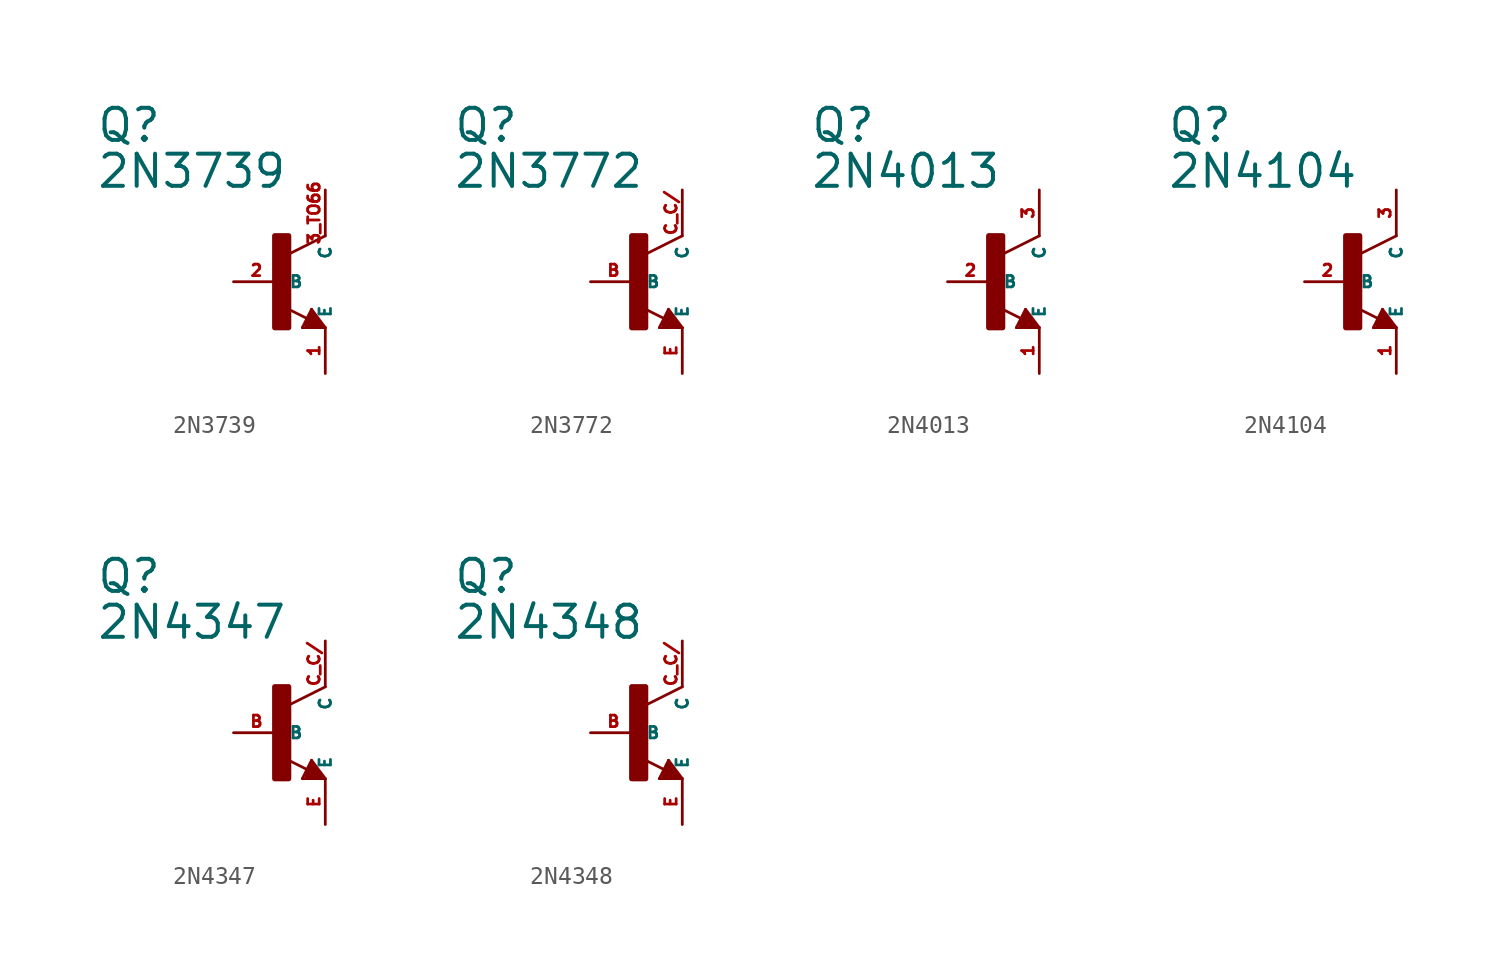
<source format=kicad_sym>
(kicad_symbol_lib
  (version 20220914)
  (generator Eagle2Kicad)
  (symbol "2N3739"
    (property "Reference" "Q"
      (at -10.16 7.62 0)
      (effects (font (size 1.778 1.778) (thickness 0.22)) (justify left bottom)))
    (property "Value" "2N3739"
      (at -10.16 5.08 0)
      (effects (font (size 1.778 1.778) (thickness 0.22)) (justify left bottom)))
    (polyline
      (pts (xy 2.54 2.54) (xy 0.508 1.524))
      (stroke (width 0.152) (type default))
      (fill (type none)))
    (polyline
      (pts (xy 1.778 -1.524) (xy 2.54 -2.54))
      (stroke (width 0.152) (type default))
      (fill (type none)))
    (polyline
      (pts (xy 2.54 -2.54) (xy 1.27 -2.54))
      (stroke (width 0.152) (type default))
      (fill (type none)))
    (polyline
      (pts (xy 1.27 -2.54) (xy 1.778 -1.524))
      (stroke (width 0.152) (type default))
      (fill (type none)))
    (polyline
      (pts (xy 1.54 -2.04) (xy 0.308 -1.424))
      (stroke (width 0.152) (type default))
      (fill (type none)))
    (polyline
      (pts (xy 1.524 -2.413) (xy 2.286 -2.413))
      (stroke (width 0.254) (type default))
      (fill (type none)))
    (polyline
      (pts (xy 2.286 -2.413) (xy 1.778 -1.778))
      (stroke (width 0.254) (type default))
      (fill (type none)))
    (polyline
      (pts (xy 1.778 -1.778) (xy 1.524 -2.286))
      (stroke (width 0.254) (type default))
      (fill (type none)))
    (polyline
      (pts (xy 1.524 -2.286) (xy 1.905 -2.286))
      (stroke (width 0.254) (type default))
      (fill (type none)))
    (polyline
      (pts (xy 1.905 -2.286) (xy 1.778 -2.032))
      (stroke (width 0.254) (type default))
      (fill (type none)))
    (rectangle
      (start -0.254 -2.54)
      (end 0.508 2.54)
      (stroke (width 0.3) (type default))
      (fill (type outline)))
    (pin passive line
      (at -2.54 0 0)
      (length 2.54)
      (name "B" (effects (font (size 0.635 0.635) (thickness 0.08)) (justify left bottom)))
      (number "2" (effects (font (size 0.635 0.635) (thickness 0.08)) (justify left bottom))))
    (pin passive line
      (at 2.54 -5.08 90)
      (length 2.54)
      (name "E" (effects (font (size 0.635 0.635) (thickness 0.08)) (justify left bottom)))
      (number "1" (effects (font (size 0.635 0.635) (thickness 0.08)) (justify left bottom))))
    (pin passive line
      (at 2.54 5.08 270)
      (length 2.54)
      (name "C" (effects (font (size 0.635 0.635) (thickness 0.08)) (justify left bottom)))
      (number "3 TO66" (effects (font (size 0.635 0.635) (thickness 0.08)) (justify left bottom)))))
  (symbol "2N3772"
    (property "Reference" "Q"
      (at -10.16 7.62 0)
      (effects (font (size 1.778 1.778) (thickness 0.22)) (justify left bottom)))
    (property "Value" "2N3772"
      (at -10.16 5.08 0)
      (effects (font (size 1.778 1.778) (thickness 0.22)) (justify left bottom)))
    (polyline
      (pts (xy 2.54 2.54) (xy 0.508 1.524))
      (stroke (width 0.152) (type default))
      (fill (type none)))
    (polyline
      (pts (xy 1.778 -1.524) (xy 2.54 -2.54))
      (stroke (width 0.152) (type default))
      (fill (type none)))
    (polyline
      (pts (xy 2.54 -2.54) (xy 1.27 -2.54))
      (stroke (width 0.152) (type default))
      (fill (type none)))
    (polyline
      (pts (xy 1.27 -2.54) (xy 1.778 -1.524))
      (stroke (width 0.152) (type default))
      (fill (type none)))
    (polyline
      (pts (xy 1.54 -2.04) (xy 0.308 -1.424))
      (stroke (width 0.152) (type default))
      (fill (type none)))
    (polyline
      (pts (xy 1.524 -2.413) (xy 2.286 -2.413))
      (stroke (width 0.254) (type default))
      (fill (type none)))
    (polyline
      (pts (xy 2.286 -2.413) (xy 1.778 -1.778))
      (stroke (width 0.254) (type default))
      (fill (type none)))
    (polyline
      (pts (xy 1.778 -1.778) (xy 1.524 -2.286))
      (stroke (width 0.254) (type default))
      (fill (type none)))
    (polyline
      (pts (xy 1.524 -2.286) (xy 1.905 -2.286))
      (stroke (width 0.254) (type default))
      (fill (type none)))
    (polyline
      (pts (xy 1.905 -2.286) (xy 1.778 -2.032))
      (stroke (width 0.254) (type default))
      (fill (type none)))
    (rectangle
      (start -0.254 -2.54)
      (end 0.508 2.54)
      (stroke (width 0.3) (type default))
      (fill (type outline)))
    (pin passive line
      (at -2.54 0 0)
      (length 2.54)
      (name "B" (effects (font (size 0.635 0.635) (thickness 0.08)) (justify left bottom)))
      (number "B" (effects (font (size 0.635 0.635) (thickness 0.08)) (justify left bottom))))
    (pin passive line
      (at 2.54 -5.08 90)
      (length 2.54)
      (name "E" (effects (font (size 0.635 0.635) (thickness 0.08)) (justify left bottom)))
      (number "E" (effects (font (size 0.635 0.635) (thickness 0.08)) (justify left bottom))))
    (pin passive line
      (at 2.54 5.08 270)
      (length 2.54)
      (name "C" (effects (font (size 0.635 0.635) (thickness 0.08)) (justify left bottom)))
      (number "C C/" (effects (font (size 0.635 0.635) (thickness 0.08)) (justify left bottom)))))
  (symbol "2N4013"
    (property "Reference" "Q"
      (at -10.16 7.62 0)
      (effects (font (size 1.778 1.778) (thickness 0.22)) (justify left bottom)))
    (property "Value" "2N4013"
      (at -10.16 5.08 0)
      (effects (font (size 1.778 1.778) (thickness 0.22)) (justify left bottom)))
    (polyline
      (pts (xy 2.54 2.54) (xy 0.508 1.524))
      (stroke (width 0.152) (type default))
      (fill (type none)))
    (polyline
      (pts (xy 1.778 -1.524) (xy 2.54 -2.54))
      (stroke (width 0.152) (type default))
      (fill (type none)))
    (polyline
      (pts (xy 2.54 -2.54) (xy 1.27 -2.54))
      (stroke (width 0.152) (type default))
      (fill (type none)))
    (polyline
      (pts (xy 1.27 -2.54) (xy 1.778 -1.524))
      (stroke (width 0.152) (type default))
      (fill (type none)))
    (polyline
      (pts (xy 1.54 -2.04) (xy 0.308 -1.424))
      (stroke (width 0.152) (type default))
      (fill (type none)))
    (polyline
      (pts (xy 1.524 -2.413) (xy 2.286 -2.413))
      (stroke (width 0.254) (type default))
      (fill (type none)))
    (polyline
      (pts (xy 2.286 -2.413) (xy 1.778 -1.778))
      (stroke (width 0.254) (type default))
      (fill (type none)))
    (polyline
      (pts (xy 1.778 -1.778) (xy 1.524 -2.286))
      (stroke (width 0.254) (type default))
      (fill (type none)))
    (polyline
      (pts (xy 1.524 -2.286) (xy 1.905 -2.286))
      (stroke (width 0.254) (type default))
      (fill (type none)))
    (polyline
      (pts (xy 1.905 -2.286) (xy 1.778 -2.032))
      (stroke (width 0.254) (type default))
      (fill (type none)))
    (rectangle
      (start -0.254 -2.54)
      (end 0.508 2.54)
      (stroke (width 0.3) (type default))
      (fill (type outline)))
    (pin passive line
      (at -2.54 0 0)
      (length 2.54)
      (name "B" (effects (font (size 0.635 0.635) (thickness 0.08)) (justify left bottom)))
      (number "2" (effects (font (size 0.635 0.635) (thickness 0.08)) (justify left bottom))))
    (pin passive line
      (at 2.54 -5.08 90)
      (length 2.54)
      (name "E" (effects (font (size 0.635 0.635) (thickness 0.08)) (justify left bottom)))
      (number "1" (effects (font (size 0.635 0.635) (thickness 0.08)) (justify left bottom))))
    (pin passive line
      (at 2.54 5.08 270)
      (length 2.54)
      (name "C" (effects (font (size 0.635 0.635) (thickness 0.08)) (justify left bottom)))
      (number "3" (effects (font (size 0.635 0.635) (thickness 0.08)) (justify left bottom)))))
  (symbol "2N4104"
    (property "Reference" "Q"
      (at -10.16 7.62 0)
      (effects (font (size 1.778 1.778) (thickness 0.22)) (justify left bottom)))
    (property "Value" "2N4104"
      (at -10.16 5.08 0)
      (effects (font (size 1.778 1.778) (thickness 0.22)) (justify left bottom)))
    (polyline
      (pts (xy 2.54 2.54) (xy 0.508 1.524))
      (stroke (width 0.152) (type default))
      (fill (type none)))
    (polyline
      (pts (xy 1.778 -1.524) (xy 2.54 -2.54))
      (stroke (width 0.152) (type default))
      (fill (type none)))
    (polyline
      (pts (xy 2.54 -2.54) (xy 1.27 -2.54))
      (stroke (width 0.152) (type default))
      (fill (type none)))
    (polyline
      (pts (xy 1.27 -2.54) (xy 1.778 -1.524))
      (stroke (width 0.152) (type default))
      (fill (type none)))
    (polyline
      (pts (xy 1.54 -2.04) (xy 0.308 -1.424))
      (stroke (width 0.152) (type default))
      (fill (type none)))
    (polyline
      (pts (xy 1.524 -2.413) (xy 2.286 -2.413))
      (stroke (width 0.254) (type default))
      (fill (type none)))
    (polyline
      (pts (xy 2.286 -2.413) (xy 1.778 -1.778))
      (stroke (width 0.254) (type default))
      (fill (type none)))
    (polyline
      (pts (xy 1.778 -1.778) (xy 1.524 -2.286))
      (stroke (width 0.254) (type default))
      (fill (type none)))
    (polyline
      (pts (xy 1.524 -2.286) (xy 1.905 -2.286))
      (stroke (width 0.254) (type default))
      (fill (type none)))
    (polyline
      (pts (xy 1.905 -2.286) (xy 1.778 -2.032))
      (stroke (width 0.254) (type default))
      (fill (type none)))
    (rectangle
      (start -0.254 -2.54)
      (end 0.508 2.54)
      (stroke (width 0.3) (type default))
      (fill (type outline)))
    (pin passive line
      (at -2.54 0 0)
      (length 2.54)
      (name "B" (effects (font (size 0.635 0.635) (thickness 0.08)) (justify left bottom)))
      (number "2" (effects (font (size 0.635 0.635) (thickness 0.08)) (justify left bottom))))
    (pin passive line
      (at 2.54 -5.08 90)
      (length 2.54)
      (name "E" (effects (font (size 0.635 0.635) (thickness 0.08)) (justify left bottom)))
      (number "1" (effects (font (size 0.635 0.635) (thickness 0.08)) (justify left bottom))))
    (pin passive line
      (at 2.54 5.08 270)
      (length 2.54)
      (name "C" (effects (font (size 0.635 0.635) (thickness 0.08)) (justify left bottom)))
      (number "3" (effects (font (size 0.635 0.635) (thickness 0.08)) (justify left bottom)))))
  (symbol "2N4347"
    (property "Reference" "Q"
      (at -10.16 7.62 0)
      (effects (font (size 1.778 1.778) (thickness 0.22)) (justify left bottom)))
    (property "Value" "2N4347"
      (at -10.16 5.08 0)
      (effects (font (size 1.778 1.778) (thickness 0.22)) (justify left bottom)))
    (polyline
      (pts (xy 2.54 2.54) (xy 0.508 1.524))
      (stroke (width 0.152) (type default))
      (fill (type none)))
    (polyline
      (pts (xy 1.778 -1.524) (xy 2.54 -2.54))
      (stroke (width 0.152) (type default))
      (fill (type none)))
    (polyline
      (pts (xy 2.54 -2.54) (xy 1.27 -2.54))
      (stroke (width 0.152) (type default))
      (fill (type none)))
    (polyline
      (pts (xy 1.27 -2.54) (xy 1.778 -1.524))
      (stroke (width 0.152) (type default))
      (fill (type none)))
    (polyline
      (pts (xy 1.54 -2.04) (xy 0.308 -1.424))
      (stroke (width 0.152) (type default))
      (fill (type none)))
    (polyline
      (pts (xy 1.524 -2.413) (xy 2.286 -2.413))
      (stroke (width 0.254) (type default))
      (fill (type none)))
    (polyline
      (pts (xy 2.286 -2.413) (xy 1.778 -1.778))
      (stroke (width 0.254) (type default))
      (fill (type none)))
    (polyline
      (pts (xy 1.778 -1.778) (xy 1.524 -2.286))
      (stroke (width 0.254) (type default))
      (fill (type none)))
    (polyline
      (pts (xy 1.524 -2.286) (xy 1.905 -2.286))
      (stroke (width 0.254) (type default))
      (fill (type none)))
    (polyline
      (pts (xy 1.905 -2.286) (xy 1.778 -2.032))
      (stroke (width 0.254) (type default))
      (fill (type none)))
    (rectangle
      (start -0.254 -2.54)
      (end 0.508 2.54)
      (stroke (width 0.3) (type default))
      (fill (type outline)))
    (pin passive line
      (at -2.54 0 0)
      (length 2.54)
      (name "B" (effects (font (size 0.635 0.635) (thickness 0.08)) (justify left bottom)))
      (number "B" (effects (font (size 0.635 0.635) (thickness 0.08)) (justify left bottom))))
    (pin passive line
      (at 2.54 -5.08 90)
      (length 2.54)
      (name "E" (effects (font (size 0.635 0.635) (thickness 0.08)) (justify left bottom)))
      (number "E" (effects (font (size 0.635 0.635) (thickness 0.08)) (justify left bottom))))
    (pin passive line
      (at 2.54 5.08 270)
      (length 2.54)
      (name "C" (effects (font (size 0.635 0.635) (thickness 0.08)) (justify left bottom)))
      (number "C C/" (effects (font (size 0.635 0.635) (thickness 0.08)) (justify left bottom)))))
  (symbol "2N4348"
    (property "Reference" "Q"
      (at -10.16 7.62 0)
      (effects (font (size 1.778 1.778) (thickness 0.22)) (justify left bottom)))
    (property "Value" "2N4348"
      (at -10.16 5.08 0)
      (effects (font (size 1.778 1.778) (thickness 0.22)) (justify left bottom)))
    (polyline
      (pts (xy 2.54 2.54) (xy 0.508 1.524))
      (stroke (width 0.152) (type default))
      (fill (type none)))
    (polyline
      (pts (xy 1.778 -1.524) (xy 2.54 -2.54))
      (stroke (width 0.152) (type default))
      (fill (type none)))
    (polyline
      (pts (xy 2.54 -2.54) (xy 1.27 -2.54))
      (stroke (width 0.152) (type default))
      (fill (type none)))
    (polyline
      (pts (xy 1.27 -2.54) (xy 1.778 -1.524))
      (stroke (width 0.152) (type default))
      (fill (type none)))
    (polyline
      (pts (xy 1.54 -2.04) (xy 0.308 -1.424))
      (stroke (width 0.152) (type default))
      (fill (type none)))
    (polyline
      (pts (xy 1.524 -2.413) (xy 2.286 -2.413))
      (stroke (width 0.254) (type default))
      (fill (type none)))
    (polyline
      (pts (xy 2.286 -2.413) (xy 1.778 -1.778))
      (stroke (width 0.254) (type default))
      (fill (type none)))
    (polyline
      (pts (xy 1.778 -1.778) (xy 1.524 -2.286))
      (stroke (width 0.254) (type default))
      (fill (type none)))
    (polyline
      (pts (xy 1.524 -2.286) (xy 1.905 -2.286))
      (stroke (width 0.254) (type default))
      (fill (type none)))
    (polyline
      (pts (xy 1.905 -2.286) (xy 1.778 -2.032))
      (stroke (width 0.254) (type default))
      (fill (type none)))
    (rectangle
      (start -0.254 -2.54)
      (end 0.508 2.54)
      (stroke (width 0.3) (type default))
      (fill (type outline)))
    (pin passive line
      (at -2.54 0 0)
      (length 2.54)
      (name "B" (effects (font (size 0.635 0.635) (thickness 0.08)) (justify left bottom)))
      (number "B" (effects (font (size 0.635 0.635) (thickness 0.08)) (justify left bottom))))
    (pin passive line
      (at 2.54 -5.08 90)
      (length 2.54)
      (name "E" (effects (font (size 0.635 0.635) (thickness 0.08)) (justify left bottom)))
      (number "E" (effects (font (size 0.635 0.635) (thickness 0.08)) (justify left bottom))))
    (pin passive line
      (at 2.54 5.08 270)
      (length 2.54)
      (name "C" (effects (font (size 0.635 0.635) (thickness 0.08)) (justify left bottom)))
      (number "C C/" (effects (font (size 0.635 0.635) (thickness 0.08)) (justify left bottom))))))
</source>
